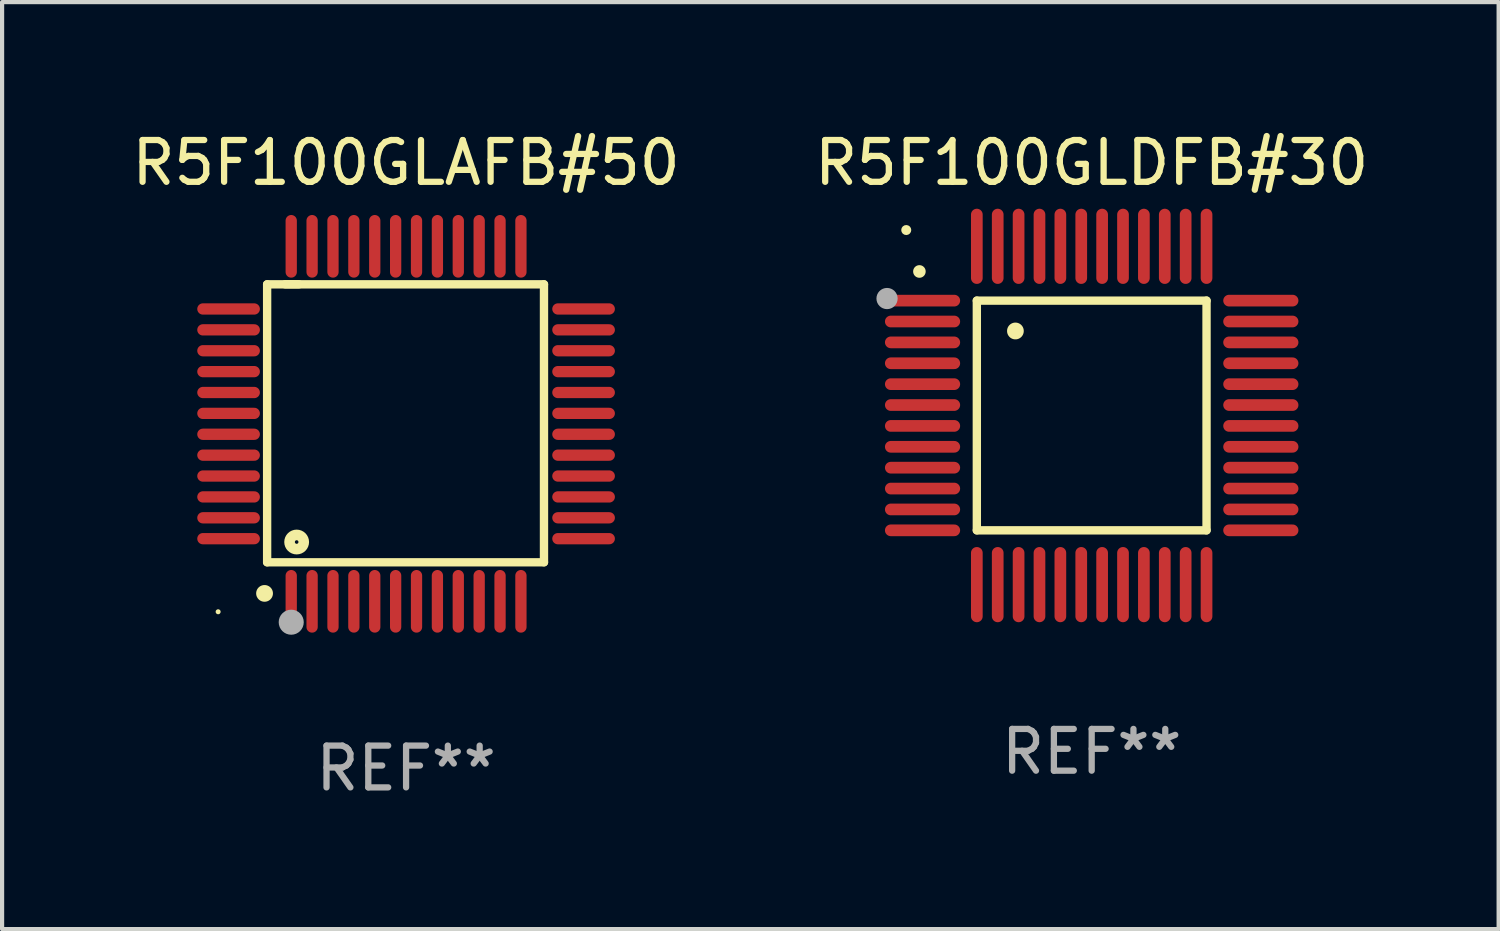
<source format=kicad_pcb>
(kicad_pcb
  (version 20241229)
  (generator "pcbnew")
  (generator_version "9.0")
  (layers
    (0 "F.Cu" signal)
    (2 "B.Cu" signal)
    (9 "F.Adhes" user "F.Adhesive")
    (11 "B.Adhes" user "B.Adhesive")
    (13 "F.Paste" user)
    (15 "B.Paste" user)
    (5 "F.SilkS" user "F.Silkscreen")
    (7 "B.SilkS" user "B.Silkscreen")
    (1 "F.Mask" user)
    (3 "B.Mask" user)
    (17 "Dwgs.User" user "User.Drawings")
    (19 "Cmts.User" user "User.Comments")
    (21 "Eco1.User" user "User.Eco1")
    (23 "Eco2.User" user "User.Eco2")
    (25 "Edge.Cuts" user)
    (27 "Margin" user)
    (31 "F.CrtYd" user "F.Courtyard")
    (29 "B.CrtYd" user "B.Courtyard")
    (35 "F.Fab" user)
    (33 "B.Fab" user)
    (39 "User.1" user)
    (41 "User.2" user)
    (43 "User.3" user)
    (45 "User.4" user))
  (footprint "R5F100GLAFB#50"
    (layer "F.Cu")
    (at 6.673 7.098)
    (property "Reference" "R5F100GLAFB#50" (at 0 -6.25 0) (layer "F.SilkS") (effects (font (size 1 1) (thickness 0.15))))
    (attr through_hole)
    (fp_line (start -3.327 -3.34) (end -2.565 -3.34) (stroke (width 0.2) (type solid)) (layer "F.SilkS"))
    (fp_line (start -3.327 3.315) (end -3.327 -3.34) (stroke (width 0.2) (type solid)) (layer "F.SilkS"))
    (fp_line (start -2.896 -3.34) (end 3.302 -3.34) (stroke (width 0.2) (type solid)) (layer "F.SilkS"))
    (fp_line (start 3.302 -3.34) (end 3.302 3.315) (stroke (width 0.2) (type solid)) (layer "F.SilkS"))
    (fp_line (start 3.302 3.315) (end -3.327 3.315) (stroke (width 0.2) (type solid)) (layer "F.SilkS"))
    (fp_arc (start -3.389992 4.059995) (mid -3.388722 4.059991) (end -3.387452 4.059995) (stroke (width 0.4) (type solid)) (layer "F.SilkS"))
    (fp_circle (center -4.5 4.5) (end -4.47 4.5) (stroke (width 0.06) (type solid)) (fill no) (layer "F.SilkS"))
    (fp_circle (center -2.62 2.83) (end -2.45 2.83) (stroke (width 0.254) (type solid)) (fill no) (layer "F.SilkS"))
    (fp_circle (center -2.75 4.75) (end -2.6 4.75) (stroke (width 0.3) (type solid)) (fill no) (layer "F.Fab"))
    (fp_text user "REF**" (at 0 8.25 0) (layer "F.Fab") (effects (font (size 1 1) (thickness 0.15))))
    (pad "1" smd oval (at -2.75 4.25) (size 0.27 1.5) (layers "F.Cu" "F.Mask" "F.Paste"))
    (pad "2" smd oval (at -2.25 4.25) (size 0.27 1.5) (layers "F.Cu" "F.Mask" "F.Paste"))
    (pad "3" smd oval (at -1.75 4.25) (size 0.27 1.5) (layers "F.Cu" "F.Mask" "F.Paste"))
    (pad "4" smd oval (at -1.25 4.25) (size 0.27 1.5) (layers "F.Cu" "F.Mask" "F.Paste"))
    (pad "5" smd oval (at -0.75 4.25) (size 0.27 1.5) (layers "F.Cu" "F.Mask" "F.Paste"))
    (pad "6" smd oval (at -0.25 4.25) (size 0.27 1.5) (layers "F.Cu" "F.Mask" "F.Paste"))
    (pad "7" smd oval (at 0.25 4.25) (size 0.27 1.5) (layers "F.Cu" "F.Mask" "F.Paste"))
    (pad "8" smd oval (at 0.75 4.25) (size 0.27 1.5) (layers "F.Cu" "F.Mask" "F.Paste"))
    (pad "9" smd oval (at 1.25 4.25) (size 0.27 1.5) (layers "F.Cu" "F.Mask" "F.Paste"))
    (pad "10" smd oval (at 1.75 4.25) (size 0.27 1.5) (layers "F.Cu" "F.Mask" "F.Paste"))
    (pad "11" smd oval (at 2.25 4.25) (size 0.27 1.5) (layers "F.Cu" "F.Mask" "F.Paste"))
    (pad "12" smd oval (at 2.75 4.25) (size 0.27 1.5) (layers "F.Cu" "F.Mask" "F.Paste"))
    (pad "13" smd oval (at 4.25 2.75) (size 1.5 0.27) (layers "F.Cu" "F.Mask" "F.Paste"))
    (pad "14" smd oval (at 4.25 2.25) (size 1.5 0.27) (layers "F.Cu" "F.Mask" "F.Paste"))
    (pad "15" smd oval (at 4.25 1.75) (size 1.5 0.27) (layers "F.Cu" "F.Mask" "F.Paste"))
    (pad "16" smd oval (at 4.25 1.25) (size 1.5 0.27) (layers "F.Cu" "F.Mask" "F.Paste"))
    (pad "17" smd oval (at 4.25 0.75) (size 1.5 0.27) (layers "F.Cu" "F.Mask" "F.Paste"))
    (pad "18" smd oval (at 4.25 0.25) (size 1.5 0.27) (layers "F.Cu" "F.Mask" "F.Paste"))
    (pad "19" smd oval (at 4.25 -0.25) (size 1.5 0.27) (layers "F.Cu" "F.Mask" "F.Paste"))
    (pad "20" smd oval (at 4.25 -0.75) (size 1.5 0.27) (layers "F.Cu" "F.Mask" "F.Paste"))
    (pad "21" smd oval (at 4.25 -1.25) (size 1.5 0.27) (layers "F.Cu" "F.Mask" "F.Paste"))
    (pad "22" smd oval (at 4.25 -1.75) (size 1.5 0.27) (layers "F.Cu" "F.Mask" "F.Paste"))
    (pad "23" smd oval (at 4.25 -2.25) (size 1.5 0.27) (layers "F.Cu" "F.Mask" "F.Paste"))
    (pad "24" smd oval (at 4.25 -2.75) (size 1.5 0.27) (layers "F.Cu" "F.Mask" "F.Paste"))
    (pad "25" smd oval (at 2.75 -4.25) (size 0.27 1.5) (layers "F.Cu" "F.Mask" "F.Paste"))
    (pad "26" smd oval (at 2.25 -4.25) (size 0.27 1.5) (layers "F.Cu" "F.Mask" "F.Paste"))
    (pad "27" smd oval (at 1.75 -4.25) (size 0.27 1.5) (layers "F.Cu" "F.Mask" "F.Paste"))
    (pad "28" smd oval (at 1.25 -4.25) (size 0.27 1.5) (layers "F.Cu" "F.Mask" "F.Paste"))
    (pad "29" smd oval (at 0.75 -4.25) (size 0.27 1.5) (layers "F.Cu" "F.Mask" "F.Paste"))
    (pad "30" smd oval (at 0.25 -4.25) (size 0.27 1.5) (layers "F.Cu" "F.Mask" "F.Paste"))
    (pad "31" smd oval (at -0.25 -4.25) (size 0.27 1.5) (layers "F.Cu" "F.Mask" "F.Paste"))
    (pad "32" smd oval (at -0.75 -4.25) (size 0.27 1.5) (layers "F.Cu" "F.Mask" "F.Paste"))
    (pad "33" smd oval (at -1.25 -4.25) (size 0.27 1.5) (layers "F.Cu" "F.Mask" "F.Paste"))
    (pad "34" smd oval (at -1.75 -4.25) (size 0.27 1.5) (layers "F.Cu" "F.Mask" "F.Paste"))
    (pad "35" smd oval (at -2.25 -4.25) (size 0.27 1.5) (layers "F.Cu" "F.Mask" "F.Paste"))
    (pad "36" smd oval (at -2.75 -4.25) (size 0.27 1.5) (layers "F.Cu" "F.Mask" "F.Paste"))
    (pad "37" smd oval (at -4.25 -2.75) (size 1.5 0.27) (layers "F.Cu" "F.Mask" "F.Paste"))
    (pad "38" smd oval (at -4.25 -2.25) (size 1.5 0.27) (layers "F.Cu" "F.Mask" "F.Paste"))
    (pad "39" smd oval (at -4.25 -1.75) (size 1.5 0.27) (layers "F.Cu" "F.Mask" "F.Paste"))
    (pad "40" smd oval (at -4.25 -1.25) (size 1.5 0.27) (layers "F.Cu" "F.Mask" "F.Paste"))
    (pad "41" smd oval (at -4.25 -0.75) (size 1.5 0.27) (layers "F.Cu" "F.Mask" "F.Paste"))
    (pad "42" smd oval (at -4.25 -0.25) (size 1.5 0.27) (layers "F.Cu" "F.Mask" "F.Paste"))
    (pad "43" smd oval (at -4.25 0.25) (size 1.5 0.27) (layers "F.Cu" "F.Mask" "F.Paste"))
    (pad "44" smd oval (at -4.25 0.75) (size 1.5 0.27) (layers "F.Cu" "F.Mask" "F.Paste"))
    (pad "45" smd oval (at -4.25 1.25) (size 1.5 0.27) (layers "F.Cu" "F.Mask" "F.Paste"))
    (pad "46" smd oval (at -4.25 1.75) (size 1.5 0.27) (layers "F.Cu" "F.Mask" "F.Paste"))
    (pad "47" smd oval (at -4.25 2.25) (size 1.5 0.27) (layers "F.Cu" "F.Mask" "F.Paste"))
    (pad "48" smd oval (at -4.25 2.75) (size 1.5 0.27) (layers "F.Cu" "F.Mask" "F.Paste")))
  (footprint "R5F100GLDFB#30"
    (layer "F.Cu")
    (at 23.089 6.898)
    (property "Reference" "R5F100GLDFB#30" (at 0 -6.05 0) (layer "F.SilkS") (effects (font (size 1 1) (thickness 0.15))))
    (attr through_hole)
    (fp_line (start -2.75 -2.75) (end 2.75 -2.75) (stroke (width 0.2) (type solid)) (layer "F.SilkS"))
    (fp_line (start -2.75 2.75) (end -2.75 -2.75) (stroke (width 0.2) (type solid)) (layer "F.SilkS"))
    (fp_line (start 2.75 -2.75) (end 2.75 2.75) (stroke (width 0.2) (type solid)) (layer "F.SilkS"))
    (fp_line (start 2.75 2.75) (end -2.75 2.75) (stroke (width 0.2) (type solid)) (layer "F.SilkS"))
    (fp_arc (start -4.124968 -3.446787) (mid -4.124973 -3.448057) (end -4.124968 -3.449327) (stroke (width 0.3) (type solid)) (layer "F.SilkS"))
    (fp_arc (start -1.826264 -2.021844) (mid -1.826268 -2.023114) (end -1.826264 -2.024384) (stroke (width 0.4) (type solid)) (layer "F.SilkS"))
    (fp_circle (center -4.44 -4.44) (end -4.38 -4.44) (stroke (width 0.12) (type solid)) (fill no) (layer "F.SilkS"))
    (fp_circle (center -4.9 -2.8) (end -4.773 -2.8) (stroke (width 0.254) (type solid)) (fill no) (layer "F.Fab"))
    (fp_text user "REF**" (at 0 8.05 0) (layer "F.Fab") (effects (font (size 1 1) (thickness 0.15))))
    (pad "1" smd oval (at -4.05 -2.75 90) (size 0.28 1.8) (layers "F.Cu" "F.Mask" "F.Paste"))
    (pad "2" smd oval (at -4.05 -2.25 90) (size 0.28 1.8) (layers "F.Cu" "F.Mask" "F.Paste"))
    (pad "3" smd oval (at -4.05 -1.75 90) (size 0.28 1.8) (layers "F.Cu" "F.Mask" "F.Paste"))
    (pad "4" smd oval (at -4.05 -1.25 90) (size 0.28 1.8) (layers "F.Cu" "F.Mask" "F.Paste"))
    (pad "5" smd oval (at -4.05 -0.75 90) (size 0.28 1.8) (layers "F.Cu" "F.Mask" "F.Paste"))
    (pad "6" smd oval (at -4.05 -0.25 90) (size 0.28 1.8) (layers "F.Cu" "F.Mask" "F.Paste"))
    (pad "7" smd oval (at -4.05 0.25 90) (size 0.28 1.8) (layers "F.Cu" "F.Mask" "F.Paste"))
    (pad "8" smd oval (at -4.05 0.75 90) (size 0.28 1.8) (layers "F.Cu" "F.Mask" "F.Paste"))
    (pad "9" smd oval (at -4.05 1.25 90) (size 0.28 1.8) (layers "F.Cu" "F.Mask" "F.Paste"))
    (pad "10" smd oval (at -4.05 1.75 90) (size 0.28 1.8) (layers "F.Cu" "F.Mask" "F.Paste"))
    (pad "11" smd oval (at -4.05 2.25 90) (size 0.28 1.8) (layers "F.Cu" "F.Mask" "F.Paste"))
    (pad "12" smd oval (at -4.05 2.75 90) (size 0.28 1.8) (layers "F.Cu" "F.Mask" "F.Paste"))
    (pad "13" smd oval (at -2.75 4.05) (size 0.28 1.8) (layers "F.Cu" "F.Mask" "F.Paste"))
    (pad "14" smd oval (at -2.25 4.05) (size 0.28 1.8) (layers "F.Cu" "F.Mask" "F.Paste"))
    (pad "15" smd oval (at -1.75 4.05) (size 0.28 1.8) (layers "F.Cu" "F.Mask" "F.Paste"))
    (pad "16" smd oval (at -1.25 4.05) (size 0.28 1.8) (layers "F.Cu" "F.Mask" "F.Paste"))
    (pad "17" smd oval (at -0.75 4.05) (size 0.28 1.8) (layers "F.Cu" "F.Mask" "F.Paste"))
    (pad "18" smd oval (at -0.25 4.05) (size 0.28 1.8) (layers "F.Cu" "F.Mask" "F.Paste"))
    (pad "19" smd oval (at 0.25 4.05) (size 0.28 1.8) (layers "F.Cu" "F.Mask" "F.Paste"))
    (pad "20" smd oval (at 0.75 4.05) (size 0.28 1.8) (layers "F.Cu" "F.Mask" "F.Paste"))
    (pad "21" smd oval (at 1.25 4.05) (size 0.28 1.8) (layers "F.Cu" "F.Mask" "F.Paste"))
    (pad "22" smd oval (at 1.75 4.05) (size 0.28 1.8) (layers "F.Cu" "F.Mask" "F.Paste"))
    (pad "23" smd oval (at 2.25 4.05) (size 0.28 1.8) (layers "F.Cu" "F.Mask" "F.Paste"))
    (pad "24" smd oval (at 2.75 4.05) (size 0.28 1.8) (layers "F.Cu" "F.Mask" "F.Paste"))
    (pad "25" smd oval (at 4.05 2.75 90) (size 0.28 1.8) (layers "F.Cu" "F.Mask" "F.Paste"))
    (pad "26" smd oval (at 4.05 2.25 90) (size 0.28 1.8) (layers "F.Cu" "F.Mask" "F.Paste"))
    (pad "27" smd oval (at 4.05 1.75 90) (size 0.28 1.8) (layers "F.Cu" "F.Mask" "F.Paste"))
    (pad "28" smd oval (at 4.05 1.25 90) (size 0.28 1.8) (layers "F.Cu" "F.Mask" "F.Paste"))
    (pad "29" smd oval (at 4.05 0.75 90) (size 0.28 1.8) (layers "F.Cu" "F.Mask" "F.Paste"))
    (pad "30" smd oval (at 4.05 0.25 90) (size 0.28 1.8) (layers "F.Cu" "F.Mask" "F.Paste"))
    (pad "31" smd oval (at 4.05 -0.25 90) (size 0.28 1.8) (layers "F.Cu" "F.Mask" "F.Paste"))
    (pad "32" smd oval (at 4.05 -0.75 90) (size 0.28 1.8) (layers "F.Cu" "F.Mask" "F.Paste"))
    (pad "33" smd oval (at 4.05 -1.25 90) (size 0.28 1.8) (layers "F.Cu" "F.Mask" "F.Paste"))
    (pad "34" smd oval (at 4.05 -1.75 90) (size 0.28 1.8) (layers "F.Cu" "F.Mask" "F.Paste"))
    (pad "35" smd oval (at 4.05 -2.25 90) (size 0.28 1.8) (layers "F.Cu" "F.Mask" "F.Paste"))
    (pad "36" smd oval (at 4.05 -2.75 90) (size 0.28 1.8) (layers "F.Cu" "F.Mask" "F.Paste"))
    (pad "37" smd oval (at 2.75 -4.05) (size 0.28 1.8) (layers "F.Cu" "F.Mask" "F.Paste"))
    (pad "38" smd oval (at 2.25 -4.05) (size 0.28 1.8) (layers "F.Cu" "F.Mask" "F.Paste"))
    (pad "39" smd oval (at 1.75 -4.05) (size 0.28 1.8) (layers "F.Cu" "F.Mask" "F.Paste"))
    (pad "40" smd oval (at 1.25 -4.05) (size 0.28 1.8) (layers "F.Cu" "F.Mask" "F.Paste"))
    (pad "41" smd oval (at 0.75 -4.05) (size 0.28 1.8) (layers "F.Cu" "F.Mask" "F.Paste"))
    (pad "42" smd oval (at 0.25 -4.05) (size 0.28 1.8) (layers "F.Cu" "F.Mask" "F.Paste"))
    (pad "43" smd oval (at -0.25 -4.05) (size 0.28 1.8) (layers "F.Cu" "F.Mask" "F.Paste"))
    (pad "44" smd oval (at -0.75 -4.05) (size 0.28 1.8) (layers "F.Cu" "F.Mask" "F.Paste"))
    (pad "45" smd oval (at -1.25 -4.05) (size 0.28 1.8) (layers "F.Cu" "F.Mask" "F.Paste"))
    (pad "46" smd oval (at -1.75 -4.05) (size 0.28 1.8) (layers "F.Cu" "F.Mask" "F.Paste"))
    (pad "47" smd oval (at -2.25 -4.05) (size 0.28 1.8) (layers "F.Cu" "F.Mask" "F.Paste"))
    (pad "48" smd oval (at -2.75 -4.05) (size 0.28 1.8) (layers "F.Cu" "F.Mask" "F.Paste")))
  (gr_rect
    (start -3 -3)
    (end 32.833 19.196)
    (stroke (width 0.1) (type default))
    (fill no)
    (layer "Edge.Cuts")))
</source>
